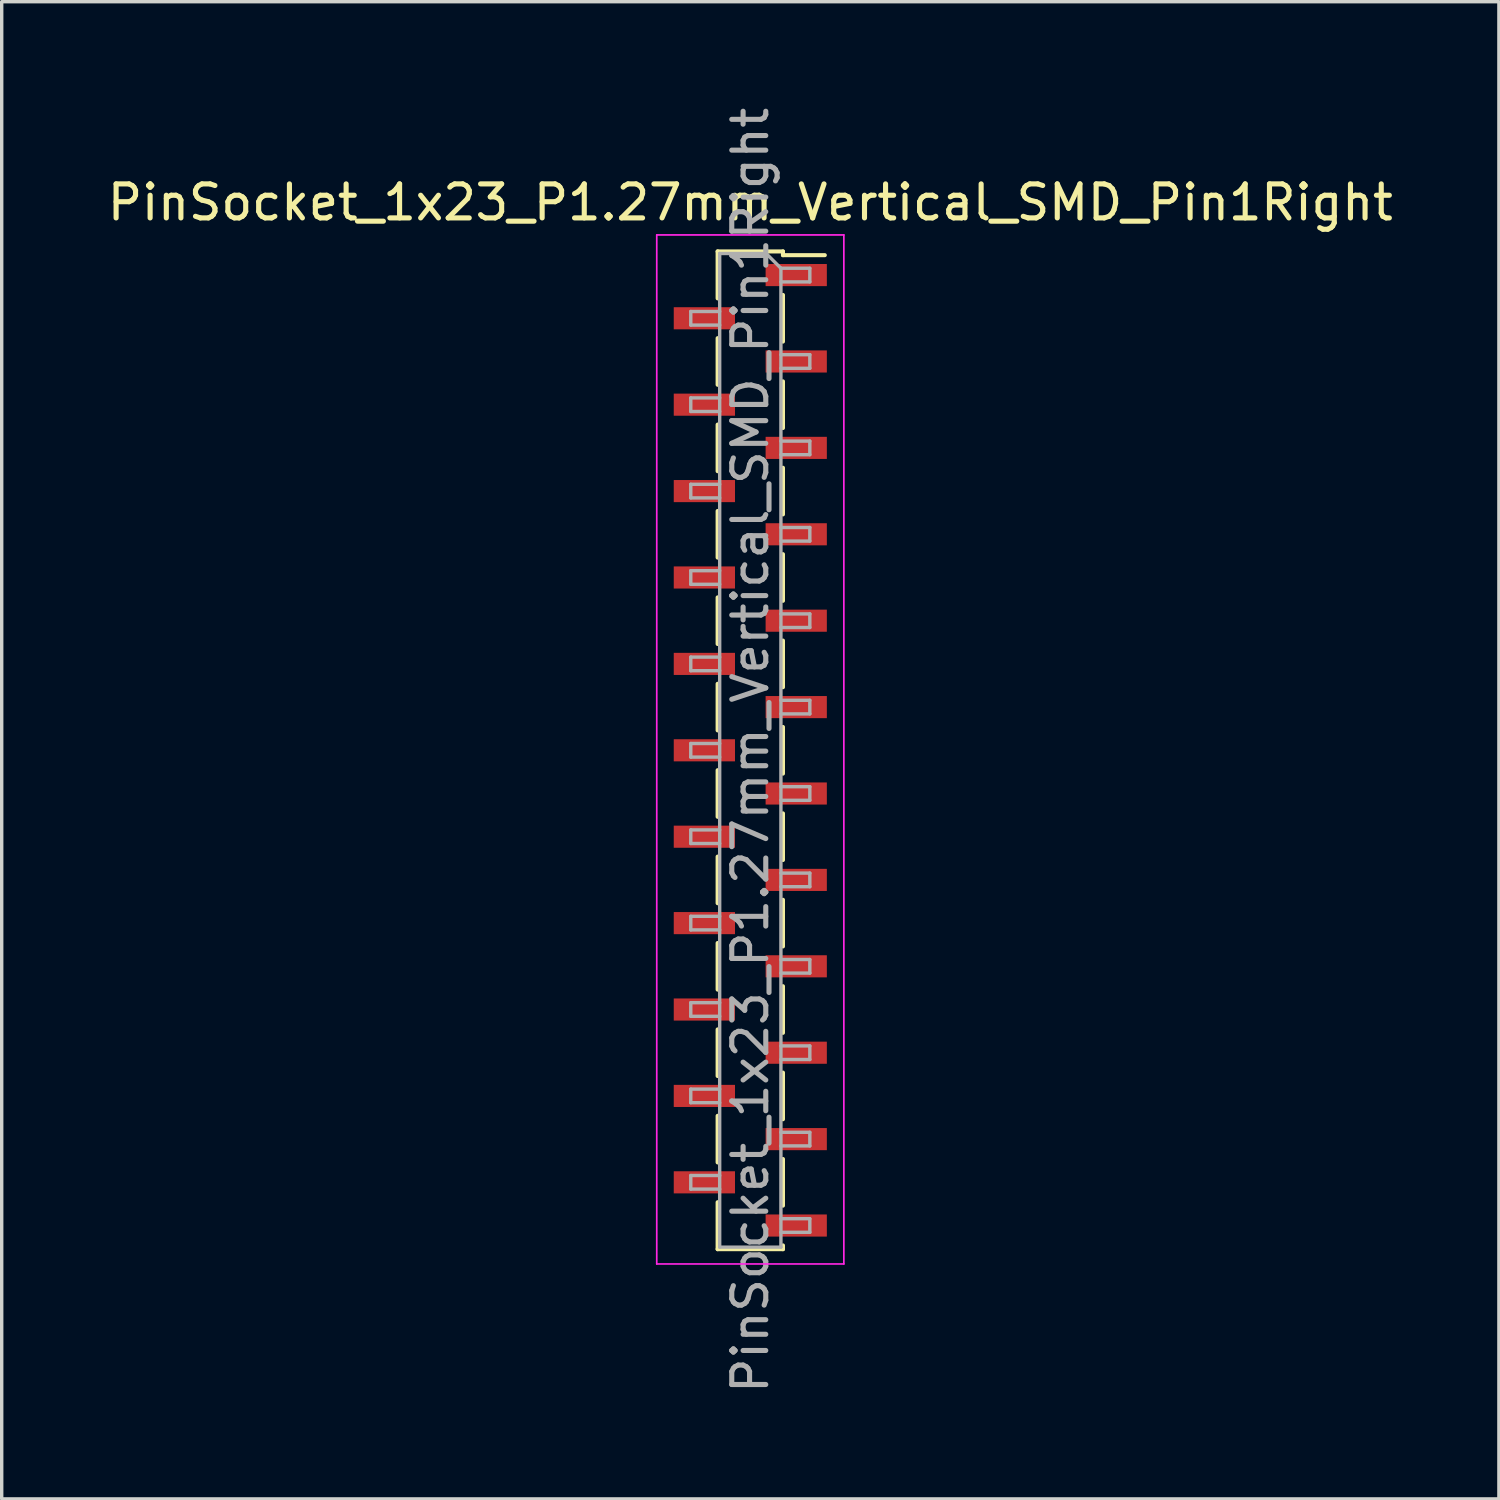
<source format=kicad_pcb>
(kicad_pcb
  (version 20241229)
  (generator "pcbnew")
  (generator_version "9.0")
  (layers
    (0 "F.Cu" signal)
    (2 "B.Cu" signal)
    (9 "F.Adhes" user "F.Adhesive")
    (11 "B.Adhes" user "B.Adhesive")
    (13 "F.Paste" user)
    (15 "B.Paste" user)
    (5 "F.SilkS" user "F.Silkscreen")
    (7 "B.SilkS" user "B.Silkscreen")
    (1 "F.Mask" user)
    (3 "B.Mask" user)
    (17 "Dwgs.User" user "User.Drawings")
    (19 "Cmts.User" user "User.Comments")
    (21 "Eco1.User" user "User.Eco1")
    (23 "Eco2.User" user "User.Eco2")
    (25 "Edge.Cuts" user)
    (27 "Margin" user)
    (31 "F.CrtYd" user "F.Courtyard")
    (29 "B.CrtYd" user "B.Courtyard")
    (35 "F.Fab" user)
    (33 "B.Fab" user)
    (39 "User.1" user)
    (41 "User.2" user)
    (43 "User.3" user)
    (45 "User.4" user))
  (footprint "PinSocket_1x23_P1.27mm_Vertical_SMD_Pin1Right"
    (layer "F.Cu")
    (at 19.006 19.006)
    (property "Reference" "PinSocket_1x23_P1.27mm_Vertical_SMD_Pin1Right" (at 0 -16.105 0) (layer "F.SilkS") (effects (font (size 1 1) (thickness 0.15))))
    (attr smd)
    (fp_line (start -0.96 -14.665) (end -0.96 -13.285) (stroke (width 0.12) (type solid)) (layer "F.SilkS"))
    (fp_line (start -0.96 -14.665) (end 0.96 -14.665) (stroke (width 0.12) (type solid)) (layer "F.SilkS"))
    (fp_line (start -0.96 -12.115) (end -0.96 -10.745) (stroke (width 0.12) (type solid)) (layer "F.SilkS"))
    (fp_line (start -0.96 -9.575) (end -0.96 -8.205) (stroke (width 0.12) (type solid)) (layer "F.SilkS"))
    (fp_line (start -0.96 -7.035) (end -0.96 -5.665) (stroke (width 0.12) (type solid)) (layer "F.SilkS"))
    (fp_line (start -0.96 -4.495) (end -0.96 -3.125) (stroke (width 0.12) (type solid)) (layer "F.SilkS"))
    (fp_line (start -0.96 -1.955) (end -0.96 -0.585) (stroke (width 0.12) (type solid)) (layer "F.SilkS"))
    (fp_line (start -0.96 0.585) (end -0.96 1.955) (stroke (width 0.12) (type solid)) (layer "F.SilkS"))
    (fp_line (start -0.96 3.125) (end -0.96 4.495) (stroke (width 0.12) (type solid)) (layer "F.SilkS"))
    (fp_line (start -0.96 5.665) (end -0.96 7.035) (stroke (width 0.12) (type solid)) (layer "F.SilkS"))
    (fp_line (start -0.96 8.205) (end -0.96 9.575) (stroke (width 0.12) (type solid)) (layer "F.SilkS"))
    (fp_line (start -0.96 10.745) (end -0.96 12.115) (stroke (width 0.12) (type solid)) (layer "F.SilkS"))
    (fp_line (start -0.96 13.285) (end -0.96 14.665) (stroke (width 0.12) (type solid)) (layer "F.SilkS"))
    (fp_line (start -0.96 14.665) (end 0.96 14.665) (stroke (width 0.12) (type solid)) (layer "F.SilkS"))
    (fp_line (start 0.96 -14.665) (end 0.96 -14.555) (stroke (width 0.12) (type solid)) (layer "F.SilkS"))
    (fp_line (start 0.96 -14.555) (end 2.19 -14.555) (stroke (width 0.12) (type solid)) (layer "F.SilkS"))
    (fp_line (start 0.96 -13.385) (end 0.96 -12.015) (stroke (width 0.12) (type solid)) (layer "F.SilkS"))
    (fp_line (start 0.96 -10.845) (end 0.96 -9.475) (stroke (width 0.12) (type solid)) (layer "F.SilkS"))
    (fp_line (start 0.96 -8.305) (end 0.96 -6.935) (stroke (width 0.12) (type solid)) (layer "F.SilkS"))
    (fp_line (start 0.96 -5.765) (end 0.96 -4.395) (stroke (width 0.12) (type solid)) (layer "F.SilkS"))
    (fp_line (start 0.96 -3.225) (end 0.96 -1.855) (stroke (width 0.12) (type solid)) (layer "F.SilkS"))
    (fp_line (start 0.96 -0.685) (end 0.96 0.685) (stroke (width 0.12) (type solid)) (layer "F.SilkS"))
    (fp_line (start 0.96 1.855) (end 0.96 3.225) (stroke (width 0.12) (type solid)) (layer "F.SilkS"))
    (fp_line (start 0.96 4.395) (end 0.96 5.765) (stroke (width 0.12) (type solid)) (layer "F.SilkS"))
    (fp_line (start 0.96 6.935) (end 0.96 8.305) (stroke (width 0.12) (type solid)) (layer "F.SilkS"))
    (fp_line (start 0.96 9.475) (end 0.96 10.845) (stroke (width 0.12) (type solid)) (layer "F.SilkS"))
    (fp_line (start 0.96 12.015) (end 0.96 13.385) (stroke (width 0.12) (type solid)) (layer "F.SilkS"))
    (fp_line (start 0.96 14.555) (end 0.96 14.665) (stroke (width 0.12) (type solid)) (layer "F.SilkS"))
    (fp_line (start -2.75 -15.15) (end 2.75 -15.15) (stroke (width 0.05) (type solid)) (layer "F.CrtYd"))
    (fp_line (start -2.75 15.1) (end -2.75 -15.15) (stroke (width 0.05) (type solid)) (layer "F.CrtYd"))
    (fp_line (start 2.75 -15.15) (end 2.75 15.1) (stroke (width 0.05) (type solid)) (layer "F.CrtYd"))
    (fp_line (start 2.75 15.1) (end -2.75 15.1) (stroke (width 0.05) (type solid)) (layer "F.CrtYd"))
    (fp_line (start -1.75 -12.9) (end -0.9 -12.9) (stroke (width 0.1) (type solid)) (layer "F.Fab"))
    (fp_line (start -1.75 -12.5) (end -1.75 -12.9) (stroke (width 0.1) (type solid)) (layer "F.Fab"))
    (fp_line (start -1.75 -10.36) (end -0.9 -10.36) (stroke (width 0.1) (type solid)) (layer "F.Fab"))
    (fp_line (start -1.75 -9.96) (end -1.75 -10.36) (stroke (width 0.1) (type solid)) (layer "F.Fab"))
    (fp_line (start -1.75 -7.82) (end -0.9 -7.82) (stroke (width 0.1) (type solid)) (layer "F.Fab"))
    (fp_line (start -1.75 -7.42) (end -1.75 -7.82) (stroke (width 0.1) (type solid)) (layer "F.Fab"))
    (fp_line (start -1.75 -5.28) (end -0.9 -5.28) (stroke (width 0.1) (type solid)) (layer "F.Fab"))
    (fp_line (start -1.75 -4.88) (end -1.75 -5.28) (stroke (width 0.1) (type solid)) (layer "F.Fab"))
    (fp_line (start -1.75 -2.74) (end -0.9 -2.74) (stroke (width 0.1) (type solid)) (layer "F.Fab"))
    (fp_line (start -1.75 -2.34) (end -1.75 -2.74) (stroke (width 0.1) (type solid)) (layer "F.Fab"))
    (fp_line (start -1.75 -0.2) (end -0.9 -0.2) (stroke (width 0.1) (type solid)) (layer "F.Fab"))
    (fp_line (start -1.75 0.2) (end -1.75 -0.2) (stroke (width 0.1) (type solid)) (layer "F.Fab"))
    (fp_line (start -1.75 2.34) (end -0.9 2.34) (stroke (width 0.1) (type solid)) (layer "F.Fab"))
    (fp_line (start -1.75 2.74) (end -1.75 2.34) (stroke (width 0.1) (type solid)) (layer "F.Fab"))
    (fp_line (start -1.75 4.88) (end -0.9 4.88) (stroke (width 0.1) (type solid)) (layer "F.Fab"))
    (fp_line (start -1.75 5.28) (end -1.75 4.88) (stroke (width 0.1) (type solid)) (layer "F.Fab"))
    (fp_line (start -1.75 7.42) (end -0.9 7.42) (stroke (width 0.1) (type solid)) (layer "F.Fab"))
    (fp_line (start -1.75 7.82) (end -1.75 7.42) (stroke (width 0.1) (type solid)) (layer "F.Fab"))
    (fp_line (start -1.75 9.96) (end -0.9 9.96) (stroke (width 0.1) (type solid)) (layer "F.Fab"))
    (fp_line (start -1.75 10.36) (end -1.75 9.96) (stroke (width 0.1) (type solid)) (layer "F.Fab"))
    (fp_line (start -1.75 12.5) (end -0.9 12.5) (stroke (width 0.1) (type solid)) (layer "F.Fab"))
    (fp_line (start -1.75 12.9) (end -1.75 12.5) (stroke (width 0.1) (type solid)) (layer "F.Fab"))
    (fp_line (start -0.9 -14.605) (end 0.465 -14.605) (stroke (width 0.1) (type solid)) (layer "F.Fab"))
    (fp_line (start -0.9 -12.5) (end -1.75 -12.5) (stroke (width 0.1) (type solid)) (layer "F.Fab"))
    (fp_line (start -0.9 -9.96) (end -1.75 -9.96) (stroke (width 0.1) (type solid)) (layer "F.Fab"))
    (fp_line (start -0.9 -7.42) (end -1.75 -7.42) (stroke (width 0.1) (type solid)) (layer "F.Fab"))
    (fp_line (start -0.9 -4.88) (end -1.75 -4.88) (stroke (width 0.1) (type solid)) (layer "F.Fab"))
    (fp_line (start -0.9 -2.34) (end -1.75 -2.34) (stroke (width 0.1) (type solid)) (layer "F.Fab"))
    (fp_line (start -0.9 0.2) (end -1.75 0.2) (stroke (width 0.1) (type solid)) (layer "F.Fab"))
    (fp_line (start -0.9 2.74) (end -1.75 2.74) (stroke (width 0.1) (type solid)) (layer "F.Fab"))
    (fp_line (start -0.9 5.28) (end -1.75 5.28) (stroke (width 0.1) (type solid)) (layer "F.Fab"))
    (fp_line (start -0.9 7.82) (end -1.75 7.82) (stroke (width 0.1) (type solid)) (layer "F.Fab"))
    (fp_line (start -0.9 10.36) (end -1.75 10.36) (stroke (width 0.1) (type solid)) (layer "F.Fab"))
    (fp_line (start -0.9 12.9) (end -1.75 12.9) (stroke (width 0.1) (type solid)) (layer "F.Fab"))
    (fp_line (start -0.9 14.605) (end -0.9 -14.605) (stroke (width 0.1) (type solid)) (layer "F.Fab"))
    (fp_line (start 0.465 -14.605) (end 0.9 -14.17) (stroke (width 0.1) (type solid)) (layer "F.Fab"))
    (fp_line (start 0.9 -14.17) (end 0.9 14.605) (stroke (width 0.1) (type solid)) (layer "F.Fab"))
    (fp_line (start 0.9 -14.17) (end 1.75 -14.17) (stroke (width 0.1) (type solid)) (layer "F.Fab"))
    (fp_line (start 0.9 -11.63) (end 1.75 -11.63) (stroke (width 0.1) (type solid)) (layer "F.Fab"))
    (fp_line (start 0.9 -9.09) (end 1.75 -9.09) (stroke (width 0.1) (type solid)) (layer "F.Fab"))
    (fp_line (start 0.9 -6.55) (end 1.75 -6.55) (stroke (width 0.1) (type solid)) (layer "F.Fab"))
    (fp_line (start 0.9 -4.01) (end 1.75 -4.01) (stroke (width 0.1) (type solid)) (layer "F.Fab"))
    (fp_line (start 0.9 -1.47) (end 1.75 -1.47) (stroke (width 0.1) (type solid)) (layer "F.Fab"))
    (fp_line (start 0.9 1.07) (end 1.75 1.07) (stroke (width 0.1) (type solid)) (layer "F.Fab"))
    (fp_line (start 0.9 3.61) (end 1.75 3.61) (stroke (width 0.1) (type solid)) (layer "F.Fab"))
    (fp_line (start 0.9 6.15) (end 1.75 6.15) (stroke (width 0.1) (type solid)) (layer "F.Fab"))
    (fp_line (start 0.9 8.69) (end 1.75 8.69) (stroke (width 0.1) (type solid)) (layer "F.Fab"))
    (fp_line (start 0.9 11.23) (end 1.75 11.23) (stroke (width 0.1) (type solid)) (layer "F.Fab"))
    (fp_line (start 0.9 13.77) (end 1.75 13.77) (stroke (width 0.1) (type solid)) (layer "F.Fab"))
    (fp_line (start 0.9 14.605) (end -0.9 14.605) (stroke (width 0.1) (type solid)) (layer "F.Fab"))
    (fp_line (start 1.75 -14.17) (end 1.75 -13.77) (stroke (width 0.1) (type solid)) (layer "F.Fab"))
    (fp_line (start 1.75 -13.77) (end 0.9 -13.77) (stroke (width 0.1) (type solid)) (layer "F.Fab"))
    (fp_line (start 1.75 -11.63) (end 1.75 -11.23) (stroke (width 0.1) (type solid)) (layer "F.Fab"))
    (fp_line (start 1.75 -11.23) (end 0.9 -11.23) (stroke (width 0.1) (type solid)) (layer "F.Fab"))
    (fp_line (start 1.75 -9.09) (end 1.75 -8.69) (stroke (width 0.1) (type solid)) (layer "F.Fab"))
    (fp_line (start 1.75 -8.69) (end 0.9 -8.69) (stroke (width 0.1) (type solid)) (layer "F.Fab"))
    (fp_line (start 1.75 -6.55) (end 1.75 -6.15) (stroke (width 0.1) (type solid)) (layer "F.Fab"))
    (fp_line (start 1.75 -6.15) (end 0.9 -6.15) (stroke (width 0.1) (type solid)) (layer "F.Fab"))
    (fp_line (start 1.75 -4.01) (end 1.75 -3.61) (stroke (width 0.1) (type solid)) (layer "F.Fab"))
    (fp_line (start 1.75 -3.61) (end 0.9 -3.61) (stroke (width 0.1) (type solid)) (layer "F.Fab"))
    (fp_line (start 1.75 -1.47) (end 1.75 -1.07) (stroke (width 0.1) (type solid)) (layer "F.Fab"))
    (fp_line (start 1.75 -1.07) (end 0.9 -1.07) (stroke (width 0.1) (type solid)) (layer "F.Fab"))
    (fp_line (start 1.75 1.07) (end 1.75 1.47) (stroke (width 0.1) (type solid)) (layer "F.Fab"))
    (fp_line (start 1.75 1.47) (end 0.9 1.47) (stroke (width 0.1) (type solid)) (layer "F.Fab"))
    (fp_line (start 1.75 3.61) (end 1.75 4.01) (stroke (width 0.1) (type solid)) (layer "F.Fab"))
    (fp_line (start 1.75 4.01) (end 0.9 4.01) (stroke (width 0.1) (type solid)) (layer "F.Fab"))
    (fp_line (start 1.75 6.15) (end 1.75 6.55) (stroke (width 0.1) (type solid)) (layer "F.Fab"))
    (fp_line (start 1.75 6.55) (end 0.9 6.55) (stroke (width 0.1) (type solid)) (layer "F.Fab"))
    (fp_line (start 1.75 8.69) (end 1.75 9.09) (stroke (width 0.1) (type solid)) (layer "F.Fab"))
    (fp_line (start 1.75 9.09) (end 0.9 9.09) (stroke (width 0.1) (type solid)) (layer "F.Fab"))
    (fp_line (start 1.75 11.23) (end 1.75 11.63) (stroke (width 0.1) (type solid)) (layer "F.Fab"))
    (fp_line (start 1.75 11.63) (end 0.9 11.63) (stroke (width 0.1) (type solid)) (layer "F.Fab"))
    (fp_line (start 1.75 13.77) (end 1.75 14.17) (stroke (width 0.1) (type solid)) (layer "F.Fab"))
    (fp_line (start 1.75 14.17) (end 0.9 14.17) (stroke (width 0.1) (type solid)) (layer "F.Fab"))
    (fp_text user "${REFERENCE}" (at 0 0 90) (layer "F.Fab") (effects (font (size 1 1) (thickness 0.15))))
    (pad "1" smd rect (at 1.35 -13.97) (size 1.8 0.65) (layers "F.Cu" "F.Mask" "F.Paste"))
    (pad "2" smd rect (at -1.35 -12.7) (size 1.8 0.65) (layers "F.Cu" "F.Mask" "F.Paste"))
    (pad "3" smd rect (at 1.35 -11.43) (size 1.8 0.65) (layers "F.Cu" "F.Mask" "F.Paste"))
    (pad "4" smd rect (at -1.35 -10.16) (size 1.8 0.65) (layers "F.Cu" "F.Mask" "F.Paste"))
    (pad "5" smd rect (at 1.35 -8.89) (size 1.8 0.65) (layers "F.Cu" "F.Mask" "F.Paste"))
    (pad "6" smd rect (at -1.35 -7.62) (size 1.8 0.65) (layers "F.Cu" "F.Mask" "F.Paste"))
    (pad "7" smd rect (at 1.35 -6.35) (size 1.8 0.65) (layers "F.Cu" "F.Mask" "F.Paste"))
    (pad "8" smd rect (at -1.35 -5.08) (size 1.8 0.65) (layers "F.Cu" "F.Mask" "F.Paste"))
    (pad "9" smd rect (at 1.35 -3.81) (size 1.8 0.65) (layers "F.Cu" "F.Mask" "F.Paste"))
    (pad "10" smd rect (at -1.35 -2.54) (size 1.8 0.65) (layers "F.Cu" "F.Mask" "F.Paste"))
    (pad "11" smd rect (at 1.35 -1.27) (size 1.8 0.65) (layers "F.Cu" "F.Mask" "F.Paste"))
    (pad "12" smd rect (at -1.35 0) (size 1.8 0.65) (layers "F.Cu" "F.Mask" "F.Paste"))
    (pad "13" smd rect (at 1.35 1.27) (size 1.8 0.65) (layers "F.Cu" "F.Mask" "F.Paste"))
    (pad "14" smd rect (at -1.35 2.54) (size 1.8 0.65) (layers "F.Cu" "F.Mask" "F.Paste"))
    (pad "15" smd rect (at 1.35 3.81) (size 1.8 0.65) (layers "F.Cu" "F.Mask" "F.Paste"))
    (pad "16" smd rect (at -1.35 5.08) (size 1.8 0.65) (layers "F.Cu" "F.Mask" "F.Paste"))
    (pad "17" smd rect (at 1.35 6.35) (size 1.8 0.65) (layers "F.Cu" "F.Mask" "F.Paste"))
    (pad "18" smd rect (at -1.35 7.62) (size 1.8 0.65) (layers "F.Cu" "F.Mask" "F.Paste"))
    (pad "19" smd rect (at 1.35 8.89) (size 1.8 0.65) (layers "F.Cu" "F.Mask" "F.Paste"))
    (pad "20" smd rect (at -1.35 10.16) (size 1.8 0.65) (layers "F.Cu" "F.Mask" "F.Paste"))
    (pad "21" smd rect (at 1.35 11.43) (size 1.8 0.65) (layers "F.Cu" "F.Mask" "F.Paste"))
    (pad "22" smd rect (at -1.35 12.7) (size 1.8 0.65) (layers "F.Cu" "F.Mask" "F.Paste"))
    (pad "23" smd rect (at 1.35 13.97) (size 1.8 0.65) (layers "F.Cu" "F.Mask" "F.Paste")))
  (gr_rect
    (start -3 -3)
    (end 41.012 41.012)
    (stroke (width 0.1) (type default))
    (fill no)
    (layer "Edge.Cuts")))
</source>
